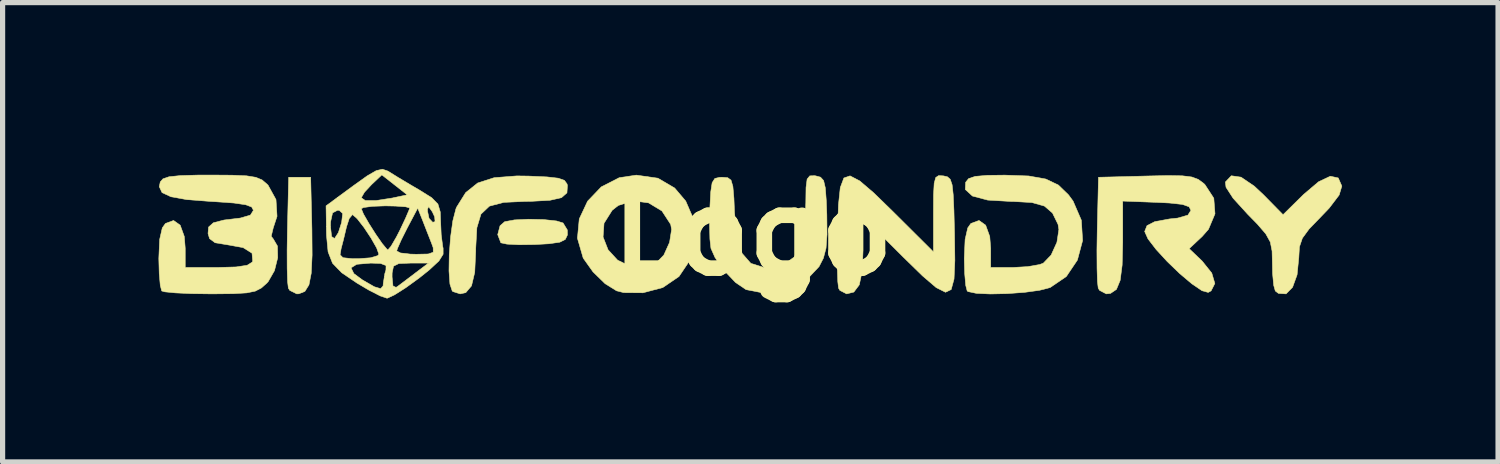
<source format=kicad_pcb>
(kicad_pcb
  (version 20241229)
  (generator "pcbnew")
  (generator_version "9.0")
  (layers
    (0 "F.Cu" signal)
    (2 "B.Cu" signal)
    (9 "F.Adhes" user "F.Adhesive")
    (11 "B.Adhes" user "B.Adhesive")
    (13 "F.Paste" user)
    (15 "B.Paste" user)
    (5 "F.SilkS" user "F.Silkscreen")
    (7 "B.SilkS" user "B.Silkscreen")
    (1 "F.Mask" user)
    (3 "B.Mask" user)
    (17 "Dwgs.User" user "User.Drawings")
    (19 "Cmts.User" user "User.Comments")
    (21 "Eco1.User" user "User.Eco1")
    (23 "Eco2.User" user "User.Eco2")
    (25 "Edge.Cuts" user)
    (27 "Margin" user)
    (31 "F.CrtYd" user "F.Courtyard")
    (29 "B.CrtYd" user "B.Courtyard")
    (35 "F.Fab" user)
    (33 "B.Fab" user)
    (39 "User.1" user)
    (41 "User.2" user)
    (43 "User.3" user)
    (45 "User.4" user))
  (footprint "Logo"
    (layer "F.Cu")
    (at 11.435 1.418)
    (property "Reference" "Logo" (at 0 0 0) (layer "F.SilkS") (effects (font (size 1.524 1.524) (thickness 0.3))))
    (attr through_hole)
    (fp_poly (pts (xy -8.485 -0.054) (xy -8.481 0.44) (xy -8.498 0.788) (xy -8.542 1.012) (xy -8.62 1.137) (xy -8.735 1.183) (xy -8.776 1.185) (xy -8.911 1.118) (xy -8.938 1.075) (xy -8.953 0.95) (xy -8.961 0.694) (xy -8.962 0.345) (xy -8.956 -0.047) (xy -8.932 -1.058) (xy -8.509 -1.058) (xy -8.485 -0.054)) (stroke (width 0.01) (type solid)) (fill yes) (layer "F.SilkS"))
    (fp_poly (pts (xy -4.023 -0.244) (xy -3.777 -0.217) (xy -3.654 -0.179) (xy -3.572 -0.045) (xy -3.57 0.052) (xy -3.611 0.138) (xy -3.717 0.191) (xy -3.926 0.221) (xy -4.196 0.236) (xy -4.499 0.24) (xy -4.733 0.228) (xy -4.849 0.203) (xy -4.851 0.201) (xy -4.911 0.045) (xy -4.866 -0.125) (xy -4.777 -0.203) (xy -4.589 -0.238) (xy -4.316 -0.251) (xy -4.023 -0.244)) (stroke (width 0.01) (type solid)) (fill yes) (layer "F.SilkS"))
    (fp_poly (pts (xy 9.388 -1.06) (xy 9.643 -0.887) (xy 9.822 -0.719) (xy 10.196 -0.338) (xy 10.591 -0.727) (xy 10.88 -0.972) (xy 11.105 -1.078) (xy 11.258 -1.045) (xy 11.327 -0.888) (xy 11.275 -0.716) (xy 11.084 -0.465) (xy 10.925 -0.299) (xy 10.697 -0.063) (xy 10.568 0.113) (xy 10.511 0.281) (xy 10.499 0.489) (xy 10.466 0.818) (xy 10.379 1.058) (xy 10.254 1.185) (xy 10.108 1.176) (xy 10.047 1.129) (xy 10.016 1.019) (xy 9.995 0.796) (xy 9.991 0.602) (xy 9.985 0.362) (xy 9.951 0.188) (xy 9.864 0.031) (xy 9.7 -0.159) (xy 9.513 -0.35) (xy 9.236 -0.654) (xy 9.099 -0.866) (xy 9.087 -0.967) (xy 9.201 -1.087) (xy 9.388 -1.06)) (stroke (width 0.01) (type solid)) (fill yes) (layer "F.SilkS"))
    (fp_poly (pts (xy -4.319 -1.081) (xy -3.964 -1.065) (xy -3.745 -1.04) (xy -3.627 -0.998) (xy -3.577 -0.929) (xy -3.57 -0.899) (xy -3.579 -0.758) (xy -3.684 -0.666) (xy -3.907 -0.615) (xy -4.272 -0.595) (xy -4.381 -0.594) (xy -4.795 -0.575) (xy -5.07 -0.503) (xy -5.233 -0.349) (xy -5.312 -0.087) (xy -5.334 0.313) (xy -5.334 0.364) (xy -5.353 0.771) (xy -5.415 1.031) (xy -5.525 1.161) (xy -5.633 1.185) (xy -5.771 1.141) (xy -5.786 1.129) (xy -5.83 0.996) (xy -5.848 0.745) (xy -5.843 0.426) (xy -5.817 0.088) (xy -5.774 -0.221) (xy -5.715 -0.45) (xy -5.701 -0.484) (xy -5.526 -0.764) (xy -5.296 -0.948) (xy -4.979 -1.05) (xy -4.544 -1.084) (xy -4.319 -1.081)) (stroke (width 0.01) (type solid)) (fill yes) (layer "F.SilkS"))
    (fp_poly (pts (xy -1.829 -1.04) (xy -1.507 -0.851) (xy -1.294 -0.6) (xy -1.135 -0.232) (xy -1.111 0.16) (xy -1.211 0.535) (xy -1.424 0.851) (xy -1.735 1.063) (xy -2.116 1.164) (xy -2.486 1.161) (xy -2.625 1.126) (xy -2.845 0.989) (xy -3.077 0.763) (xy -3.259 0.507) (xy -3.268 0.491) (xy -3.377 0.116) (xy -3.375 0.091) (xy -2.884 0.091) (xy -2.788 0.337) (xy -2.605 0.536) (xy -2.359 0.656) (xy -2.075 0.668) (xy -1.866 0.594) (xy -1.715 0.438) (xy -1.605 0.194) (xy -1.566 -0.053) (xy -1.583 -0.151) (xy -1.752 -0.41) (xy -2.01 -0.566) (xy -2.306 -0.605) (xy -2.591 -0.516) (xy -2.709 -0.423) (xy -2.866 -0.173) (xy -2.884 0.091) (xy -3.375 0.091) (xy -3.342 -0.257) (xy -3.182 -0.598) (xy -2.919 -0.873) (xy -2.573 -1.05) (xy -2.244 -1.099) (xy -1.829 -1.04)) (stroke (width 0.01) (type solid)) (fill yes) (layer "F.SilkS"))
    (fp_poly (pts (xy 3.662 -1.085) (xy 3.74 -1.067) (xy 3.794 -1.019) (xy 3.83 -0.914) (xy 3.851 -0.724) (xy 3.865 -0.421) (xy 3.876 0.023) (xy 3.883 0.543) (xy 3.867 0.9) (xy 3.812 1.102) (xy 3.703 1.154) (xy 3.524 1.064) (xy 3.261 0.839) (xy 2.897 0.484) (xy 2.871 0.458) (xy 2.117 -0.293) (xy 2.117 0.345) (xy 2.1 0.751) (xy 2.044 1.012) (xy 1.94 1.15) (xy 1.801 1.185) (xy 1.671 1.118) (xy 1.646 1.075) (xy 1.631 0.95) (xy 1.622 0.694) (xy 1.621 0.345) (xy 1.627 -0.046) (xy 1.644 -0.529) (xy 1.679 -0.86) (xy 1.748 -1.044) (xy 1.867 -1.085) (xy 2.053 -0.988) (xy 2.322 -0.758) (xy 2.689 -0.401) (xy 2.72 -0.37) (xy 3.471 0.377) (xy 3.471 -0.367) (xy 3.473 -0.723) (xy 3.485 -0.941) (xy 3.515 -1.053) (xy 3.571 -1.09) (xy 3.662 -1.085)) (stroke (width 0.01) (type solid)) (fill yes) (layer "F.SilkS"))
    (fp_poly (pts (xy 1.206 -1.085) (xy 1.299 -1.06) (xy 1.358 -0.995) (xy 1.391 -0.854) (xy 1.41 -0.603) (xy 1.42 -0.339) (xy 1.424 0.043) (xy 1.405 0.305) (xy 1.354 0.498) (xy 1.27 0.661) (xy 1.005 0.941) (xy 0.647 1.119) (xy 0.248 1.178) (xy -0.134 1.103) (xy -0.336 0.966) (xy -0.553 0.738) (xy -0.731 0.485) (xy -0.809 0.309) (xy -0.829 0.132) (xy -0.836 -0.152) (xy -0.83 -0.467) (xy -0.813 -0.777) (xy -0.786 -0.953) (xy -0.734 -1.035) (xy -0.642 -1.057) (xy -0.593 -1.058) (xy -0.487 -1.05) (xy -0.423 -1.003) (xy -0.387 -0.881) (xy -0.367 -0.652) (xy -0.356 -0.382) (xy -0.311 0.086) (xy -0.209 0.407) (xy -0.042 0.598) (xy 0.201 0.674) (xy 0.274 0.677) (xy 0.578 0.629) (xy 0.794 0.476) (xy 0.933 0.202) (xy 1.003 -0.208) (xy 1.016 -0.569) (xy 1.02 -0.862) (xy 1.041 -1.022) (xy 1.092 -1.085) (xy 1.186 -1.088) (xy 1.206 -1.085)) (stroke (width 0.01) (type solid)) (fill yes) (layer "F.SilkS"))
    (fp_poly (pts (xy 5.302 -1.083) (xy 5.633 -1.024) (xy 5.875 -0.908) (xy 6.069 -0.72) (xy 6.157 -0.6) (xy 6.316 -0.232) (xy 6.34 0.16) (xy 6.24 0.535) (xy 6.027 0.851) (xy 5.716 1.063) (xy 5.513 1.116) (xy 5.221 1.156) (xy 4.889 1.18) (xy 4.564 1.187) (xy 4.298 1.175) (xy 4.138 1.141) (xy 4.12 1.129) (xy 4.092 1.021) (xy 4.072 0.794) (xy 4.064 0.504) (xy 4.08 0.139) (xy 4.131 -0.084) (xy 4.191 -0.169) (xy 4.348 -0.227) (xy 4.475 -0.137) (xy 4.554 0.081) (xy 4.572 0.307) (xy 4.572 0.677) (xy 5.001 0.677) (xy 5.283 0.661) (xy 5.513 0.621) (xy 5.585 0.594) (xy 5.735 0.438) (xy 5.846 0.194) (xy 5.884 -0.053) (xy 5.868 -0.151) (xy 5.761 -0.37) (xy 5.606 -0.504) (xy 5.364 -0.572) (xy 4.997 -0.593) (xy 4.956 -0.593) (xy 4.514 -0.619) (xy 4.221 -0.697) (xy 4.084 -0.823) (xy 4.09 -0.961) (xy 4.147 -1.032) (xy 4.274 -1.075) (xy 4.506 -1.095) (xy 4.845 -1.099) (xy 5.302 -1.083)) (stroke (width 0.01) (type solid)) (fill yes) (layer "F.SilkS"))
    (fp_poly (pts (xy 8.26 -1.086) (xy 8.443 -1.063) (xy 8.567 -1.016) (xy 8.668 -0.941) (xy 8.691 -0.92) (xy 8.864 -0.655) (xy 8.887 -0.355) (xy 8.762 -0.058) (xy 8.64 0.081) (xy 8.39 0.315) (xy 8.64 0.554) (xy 8.825 0.785) (xy 8.884 0.985) (xy 8.812 1.127) (xy 8.756 1.157) (xy 8.637 1.124) (xy 8.444 0.993) (xy 8.21 0.796) (xy 7.969 0.564) (xy 7.754 0.33) (xy 7.598 0.127) (xy 7.535 -0.013) (xy 7.535 -0.017) (xy 7.579 -0.128) (xy 7.728 -0.204) (xy 8.009 -0.256) (xy 8.17 -0.273) (xy 8.366 -0.33) (xy 8.424 -0.423) (xy 8.388 -0.491) (xy 8.259 -0.536) (xy 8.009 -0.563) (xy 7.768 -0.575) (xy 7.112 -0.6) (xy 7.112 0.191) (xy 7.101 0.63) (xy 7.063 0.925) (xy 6.991 1.099) (xy 6.877 1.176) (xy 6.796 1.185) (xy 6.667 1.118) (xy 6.641 1.075) (xy 6.626 0.95) (xy 6.618 0.694) (xy 6.616 0.345) (xy 6.622 -0.047) (xy 6.646 -1.058) (xy 7.569 -1.082) (xy 7.981 -1.091) (xy 8.26 -1.086)) (stroke (width 0.01) (type solid)) (fill yes) (layer "F.SilkS"))
    (fp_poly (pts (xy -10.021 -1.098) (xy -9.744 -1.086) (xy -9.564 -1.057) (xy -9.444 -1.007) (xy -9.35 -0.927) (xy -9.328 -0.905) (xy -9.176 -0.629) (xy -9.156 -0.307) (xy -9.229 -0.084) (xy -9.268 0.077) (xy -9.229 0.127) (xy -9.148 0.265) (xy -9.143 0.489) (xy -9.205 0.738) (xy -9.326 0.949) (xy -9.352 0.978) (xy -9.457 1.071) (xy -9.574 1.132) (xy -9.739 1.166) (xy -9.992 1.181) (xy -10.37 1.185) (xy -10.438 1.185) (xy -10.809 1.18) (xy -11.113 1.166) (xy -11.314 1.146) (xy -11.374 1.129) (xy -11.402 1.021) (xy -11.422 0.794) (xy -11.43 0.504) (xy -11.414 0.139) (xy -11.363 -0.084) (xy -11.303 -0.169) (xy -11.146 -0.227) (xy -11.019 -0.137) (xy -10.94 0.081) (xy -10.922 0.307) (xy -10.922 0.677) (xy -10.296 0.677) (xy -9.943 0.667) (xy -9.731 0.635) (xy -9.633 0.574) (xy -9.624 0.557) (xy -9.637 0.403) (xy -9.808 0.295) (xy -10.119 0.239) (xy -10.347 0.202) (xy -10.454 0.122) (xy -10.483 0.024) (xy -10.473 -0.1) (xy -10.38 -0.183) (xy -10.174 -0.236) (xy -9.864 -0.273) (xy -9.668 -0.33) (xy -9.61 -0.423) (xy -9.643 -0.486) (xy -9.761 -0.53) (xy -9.99 -0.563) (xy -10.358 -0.589) (xy -10.431 -0.593) (xy -10.89 -0.628) (xy -11.196 -0.683) (xy -11.368 -0.763) (xy -11.421 -0.877) (xy -11.402 -0.968) (xy -11.35 -1.028) (xy -11.233 -1.068) (xy -11.02 -1.09) (xy -10.682 -1.1) (xy -10.431 -1.101) (xy -10.021 -1.098)) (stroke (width 0.01) (type solid)) (fill yes) (layer "F.SilkS"))
    (fp_poly (pts (xy -7.026 -1.178) (xy -6.994 -1.159) (xy -6.819 -1.05) (xy -6.567 -0.9) (xy -6.413 -0.81) (xy -6.181 -0.665) (xy -6.061 -0.543) (xy -6.016 -0.391) (xy -6.01 -0.225) (xy -5.998 0.046) (xy -5.969 0.272) (xy -5.961 0.307) (xy -5.961 0.423) (xy -6.042 0.552) (xy -6.227 0.724) (xy -6.421 0.879) (xy -6.68 1.067) (xy -6.898 1.205) (xy -7.032 1.267) (xy -7.042 1.268) (xy -7.169 1.225) (xy -7.387 1.114) (xy -7.617 0.978) (xy -7.912 0.778) (xy -8.003 0.684) (xy -7.732 0.684) (xy -7.678 0.795) (xy -7.514 0.916) (xy -7.285 1.048) (xy -7.162 1.085) (xy -7.116 1.032) (xy -7.112 0.981) (xy -7.092 0.857) (xy -6.943 0.857) (xy -6.926 1.032) (xy -6.867 1.06) (xy -6.837 1.042) (xy -6.699 0.938) (xy -6.506 0.792) (xy -6.487 0.777) (xy -6.242 0.593) (xy -6.593 0.593) (xy -6.814 0.602) (xy -6.915 0.652) (xy -6.942 0.781) (xy -6.943 0.857) (xy -7.092 0.857) (xy -7.082 0.794) (xy -7.061 0.727) (xy -7.059 0.64) (xy -7.163 0.6) (xy -7.352 0.593) (xy -7.623 0.616) (xy -7.732 0.684) (xy -8.003 0.684) (xy -8.088 0.596) (xy -8.152 0.433) (xy -7.943 0.433) (xy -7.888 0.489) (xy -7.721 0.507) (xy -7.588 0.508) (xy -7.357 0.491) (xy -7.217 0.449) (xy -7.197 0.422) (xy -7.219 0.36) (xy -6.854 0.36) (xy -6.781 0.398) (xy -6.591 0.42) (xy -6.479 0.423) (xy -6.248 0.418) (xy -6.151 0.384) (xy -6.152 0.297) (xy -6.183 0.212) (xy -6.28 -0.035) (xy -6.357 -0.233) (xy -6.43 -0.416) (xy -6.263 -0.416) (xy -6.232 -0.268) (xy -6.161 -0.192) (xy -6.116 -0.205) (xy -6.124 -0.297) (xy -6.17 -0.396) (xy -6.24 -0.493) (xy -6.262 -0.443) (xy -6.263 -0.416) (xy -6.43 -0.416) (xy -6.449 -0.466) (xy -6.65 -0.085) (xy -6.766 0.146) (xy -6.84 0.313) (xy -6.854 0.36) (xy -7.219 0.36) (xy -7.24 0.301) (xy -7.348 0.111) (xy -7.484 -0.094) (xy -7.614 -0.261) (xy -7.701 -0.338) (xy -7.705 -0.339) (xy -7.767 -0.266) (xy -7.819 -0.106) (xy -7.879 0.146) (xy -7.924 0.318) (xy -7.943 0.433) (xy -8.152 0.433) (xy -8.174 0.376) (xy -8.204 0.061) (xy -8.207 -0.064) (xy -8.207 -0.11) (xy -8.128 -0.11) (xy -8.106 0.083) (xy -8.05 0.12) (xy -7.976 0.007) (xy -7.913 -0.191) (xy -7.893 -0.362) (xy -7.959 -0.421) (xy -7.992 -0.423) (xy -8.088 -0.373) (xy -8.126 -0.2) (xy -8.128 -0.11) (xy -8.207 -0.11) (xy -8.212 -0.453) (xy -7.535 -0.453) (xy -7.493 -0.351) (xy -7.389 -0.17) (xy -7.257 0.038) (xy -7.13 0.221) (xy -7.04 0.328) (xy -7.023 0.339) (xy -6.963 0.269) (xy -6.86 0.092) (xy -6.79 -0.045) (xy -6.683 -0.272) (xy -6.616 -0.429) (xy -6.604 -0.468) (xy -6.681 -0.49) (xy -6.878 -0.504) (xy -7.07 -0.508) (xy -7.325 -0.499) (xy -7.494 -0.476) (xy -7.535 -0.453) (xy -8.212 -0.453) (xy -8.213 -0.508) (xy -8.003 -0.663) (xy -7.535 -0.663) (xy -7.459 -0.611) (xy -7.249 -0.611) (xy -6.932 -0.66) (xy -6.903 -0.667) (xy -6.651 -0.72) (xy -7.14 -1.104) (xy -7.337 -0.918) (xy -7.475 -0.769) (xy -7.535 -0.665) (xy -7.535 -0.663) (xy -8.003 -0.663) (xy -7.693 -0.891) (xy -7.423 -1.084) (xy -7.247 -1.186) (xy -7.128 -1.213) (xy -7.026 -1.178)) (stroke (width 0.01) (type solid)) (fill yes) (layer "F.SilkS")))
  (gr_rect
    (start -3 -3)
    (end 25.767 5.836)
    (stroke (width 0.1) (type default))
    (fill no)
    (layer "Edge.Cuts")))
</source>
